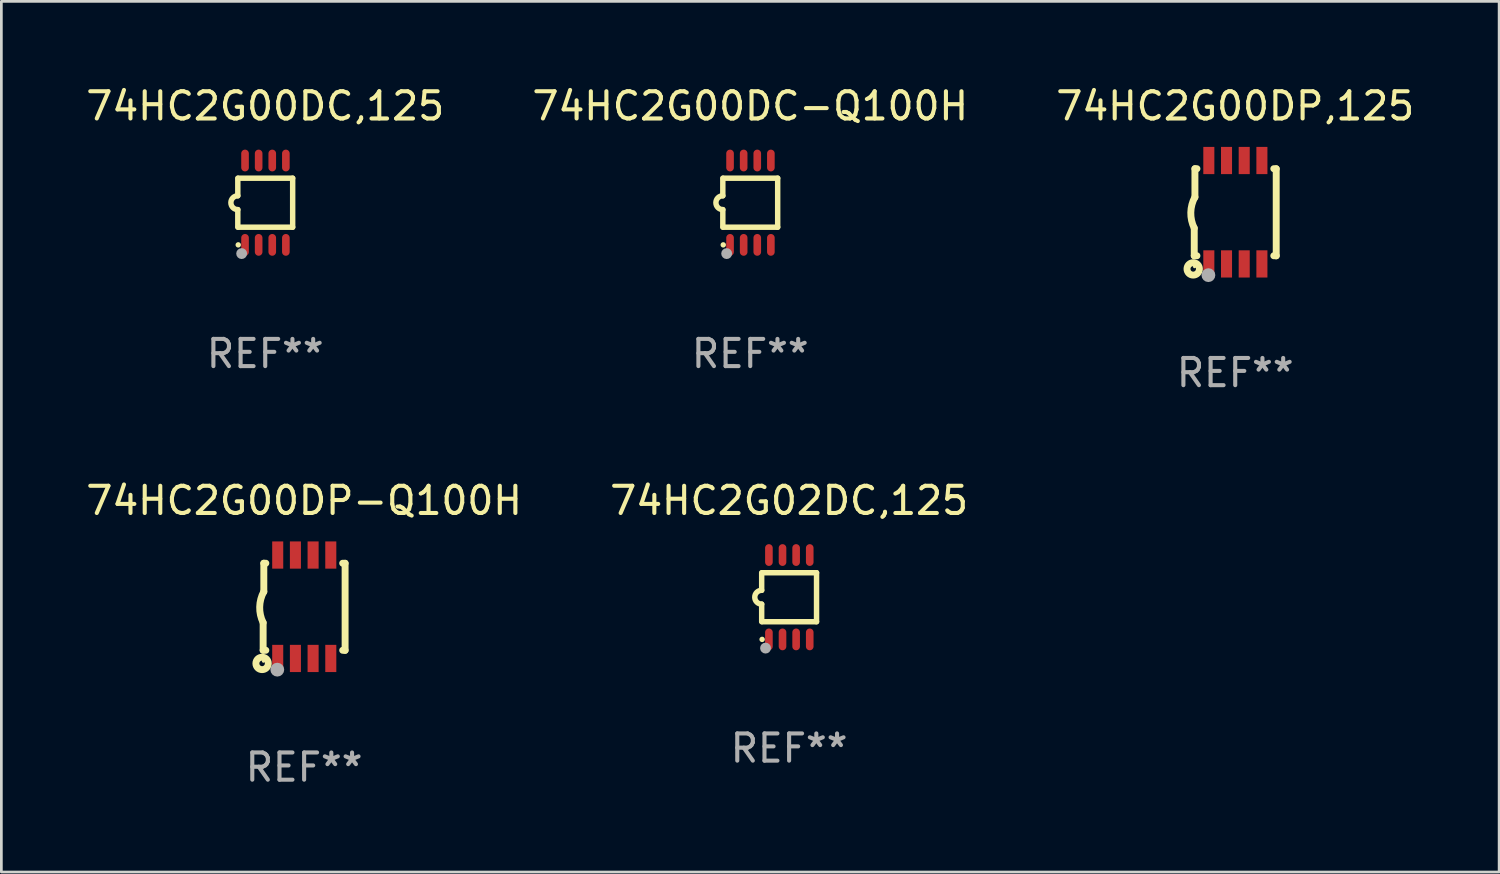
<source format=kicad_pcb>
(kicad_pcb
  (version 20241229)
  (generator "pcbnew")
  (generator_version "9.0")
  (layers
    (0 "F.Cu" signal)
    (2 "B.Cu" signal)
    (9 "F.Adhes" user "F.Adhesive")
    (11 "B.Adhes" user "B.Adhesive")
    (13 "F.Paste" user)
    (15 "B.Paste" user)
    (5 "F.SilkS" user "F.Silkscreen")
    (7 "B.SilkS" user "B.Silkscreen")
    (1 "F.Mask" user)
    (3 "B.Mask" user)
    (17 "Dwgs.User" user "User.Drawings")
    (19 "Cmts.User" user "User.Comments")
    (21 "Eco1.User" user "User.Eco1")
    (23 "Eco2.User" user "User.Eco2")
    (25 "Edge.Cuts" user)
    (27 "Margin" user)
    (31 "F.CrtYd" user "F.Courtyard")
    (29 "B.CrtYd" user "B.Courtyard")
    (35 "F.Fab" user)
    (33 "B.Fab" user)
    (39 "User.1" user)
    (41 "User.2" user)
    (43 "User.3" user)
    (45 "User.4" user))
  (footprint "74HC2G02DC,125"
    (layer "F.Cu")
    (at 25.946 18.895)
    (property "Reference" "74HC2G02DC,125" (at 0 -3.55 0) (layer "F.SilkS") (effects (font (size 1 1) (thickness 0.15))))
    (attr through_hole)
    (fp_line (start -1.008 -0.254) (end -1.008 -0.9) (stroke (width 0.2) (type solid)) (layer "F.SilkS"))
    (fp_line (start -1.008 0.254) (end -1.008 0.9) (stroke (width 0.2) (type solid)) (layer "F.SilkS"))
    (fp_line (start -0.992 0.9) (end 1.008 0.9) (stroke (width 0.2) (type solid)) (layer "F.SilkS"))
    (fp_line (start 1.008 -0.9) (end -0.992 -0.9) (stroke (width 0.2) (type solid)) (layer "F.SilkS"))
    (fp_line (start 1.008 0.9) (end 1.008 -0.9) (stroke (width 0.2) (type solid)) (layer "F.SilkS"))
    (fp_arc (start -1.008001 0.254001) (mid -1.262002 0) (end -1.008001 -0.254001) (stroke (width 0.2) (type solid)) (layer "F.SilkS"))
    (fp_circle (center -0.992 1.55) (end -0.942 1.55) (stroke (width 0.1) (type solid)) (fill no) (layer "F.SilkS"))
    (fp_circle (center -0.866 1.87) (end -0.766 1.87) (stroke (width 0.2) (type solid)) (fill no) (layer "F.Fab"))
    (fp_text user "REF**" (at 0 5.55 0) (layer "F.Fab") (effects (font (size 1 1) (thickness 0.15))))
    (pad "1" smd oval (at -0.742 1.55 270) (size 0.8 0.28) (layers "F.Cu" "F.Mask" "F.Paste"))
    (pad "2" smd oval (at -0.242 1.55 270) (size 0.8 0.28) (layers "F.Cu" "F.Mask" "F.Paste"))
    (pad "3" smd oval (at 0.258 1.55 270) (size 0.8 0.28) (layers "F.Cu" "F.Mask" "F.Paste"))
    (pad "4" smd oval (at 0.758 1.55 270) (size 0.8 0.28) (layers "F.Cu" "F.Mask" "F.Paste"))
    (pad "5" smd oval (at 0.758 -1.55 270) (size 0.8 0.28) (layers "F.Cu" "F.Mask" "F.Paste"))
    (pad "6" smd oval (at 0.258 -1.55 270) (size 0.8 0.28) (layers "F.Cu" "F.Mask" "F.Paste"))
    (pad "7" smd oval (at -0.242 -1.55 270) (size 0.8 0.28) (layers "F.Cu" "F.Mask" "F.Paste"))
    (pad "8" smd oval (at -0.742 -1.55 270) (size 0.8 0.28) (layers "F.Cu" "F.Mask" "F.Paste")))
  (footprint "74HC2G00DP,125"
    (layer "F.Cu")
    (at 42.339 4.748)
    (property "Reference" "74HC2G00DP,125" (at 0 -3.9 0) (layer "F.SilkS") (effects (font (size 1 1) (thickness 0.15))))
    (attr through_hole)
    (fp_line (start -1.506 1.6) (end -1.506 0.584) (stroke (width 0.254) (type solid)) (layer "F.SilkS"))
    (fp_line (start -1.506 1.6) (end -1.407 1.6) (stroke (width 0.254) (type solid)) (layer "F.SilkS"))
    (fp_line (start -1.481 -1.599) (end -1.481 -0.549) (stroke (width 0.254) (type solid)) (layer "F.SilkS"))
    (fp_line (start -1.481 -1.599) (end -1.407 -1.599) (stroke (width 0.254) (type solid)) (layer "F.SilkS"))
    (fp_line (start 1.417 -1.599) (end 1.506 -1.599) (stroke (width 0.254) (type solid)) (layer "F.SilkS"))
    (fp_line (start 1.417 1.6) (end 1.506 1.6) (stroke (width 0.254) (type solid)) (layer "F.SilkS"))
    (fp_line (start 1.506 1.603) (end 1.506 -1.595) (stroke (width 0.254) (type solid)) (layer "F.SilkS"))
    (fp_arc (start -1.506223 0.584328) (mid -1.632455 0.00974) (end -1.480823 -0.558674) (stroke (width 0.254001) (type solid)) (layer "F.SilkS"))
    (fp_circle (center -1.544 2.083) (end -1.443 2.083) (stroke (width 0.254) (type solid)) (fill no) (layer "F.SilkS"))
    (fp_circle (center -1.495 2) (end -1.465 2) (stroke (width 0.06) (type solid)) (fill no) (layer "F.SilkS"))
    (fp_circle (center -0.986 2.312) (end -0.859 2.312) (stroke (width 0.254) (type solid)) (fill no) (layer "F.Fab"))
    (fp_text user "REF**" (at 0 5.9 0) (layer "F.Fab") (effects (font (size 1 1) (thickness 0.15))))
    (pad "1" smd rect (at -0.97 1.9 90) (size 1 0.406) (layers "F.Cu" "F.Mask" "F.Paste"))
    (pad "2" smd rect (at -0.32 1.9 90) (size 1 0.406) (layers "F.Cu" "F.Mask" "F.Paste"))
    (pad "3" smd rect (at 0.33 1.9 90) (size 1 0.406) (layers "F.Cu" "F.Mask" "F.Paste"))
    (pad "4" smd rect (at 0.98 1.9 90) (size 1 0.406) (layers "F.Cu" "F.Mask" "F.Paste"))
    (pad "5" smd rect (at 0.98 -1.9 90) (size 1 0.406) (layers "F.Cu" "F.Mask" "F.Paste"))
    (pad "6" smd rect (at 0.33 -1.9 90) (size 1 0.406) (layers "F.Cu" "F.Mask" "F.Paste"))
    (pad "7" smd rect (at -0.32 -1.9 90) (size 1 0.406) (layers "F.Cu" "F.Mask" "F.Paste"))
    (pad "8" smd rect (at -0.97 -1.9 90) (size 1 0.406) (layers "F.Cu" "F.Mask" "F.Paste")))
  (footprint "74HC2G00DP-Q100H"
    (layer "F.Cu")
    (at 8.125 19.245)
    (property "Reference" "74HC2G00DP-Q100H" (at 0 -3.9 0) (layer "F.SilkS") (effects (font (size 1 1) (thickness 0.15))))
    (attr through_hole)
    (fp_line (start -1.506 1.6) (end -1.506 0.584) (stroke (width 0.254) (type solid)) (layer "F.SilkS"))
    (fp_line (start -1.506 1.6) (end -1.407 1.6) (stroke (width 0.254) (type solid)) (layer "F.SilkS"))
    (fp_line (start -1.481 -1.599) (end -1.481 -0.549) (stroke (width 0.254) (type solid)) (layer "F.SilkS"))
    (fp_line (start -1.481 -1.599) (end -1.407 -1.599) (stroke (width 0.254) (type solid)) (layer "F.SilkS"))
    (fp_line (start 1.417 -1.599) (end 1.506 -1.599) (stroke (width 0.254) (type solid)) (layer "F.SilkS"))
    (fp_line (start 1.417 1.6) (end 1.506 1.6) (stroke (width 0.254) (type solid)) (layer "F.SilkS"))
    (fp_line (start 1.506 1.603) (end 1.506 -1.595) (stroke (width 0.254) (type solid)) (layer "F.SilkS"))
    (fp_arc (start -1.506223 0.584328) (mid -1.632455 0.00974) (end -1.480823 -0.558674) (stroke (width 0.254001) (type solid)) (layer "F.SilkS"))
    (fp_circle (center -1.544 2.083) (end -1.443 2.083) (stroke (width 0.254) (type solid)) (fill no) (layer "F.SilkS"))
    (fp_circle (center -1.495 2) (end -1.465 2) (stroke (width 0.06) (type solid)) (fill no) (layer "F.SilkS"))
    (fp_circle (center -0.986 2.312) (end -0.859 2.312) (stroke (width 0.254) (type solid)) (fill no) (layer "F.Fab"))
    (fp_text user "REF**" (at 0 5.9 0) (layer "F.Fab") (effects (font (size 1 1) (thickness 0.15))))
    (pad "1" smd rect (at -0.97 1.9 90) (size 1 0.406) (layers "F.Cu" "F.Mask" "F.Paste"))
    (pad "2" smd rect (at -0.32 1.9 90) (size 1 0.406) (layers "F.Cu" "F.Mask" "F.Paste"))
    (pad "3" smd rect (at 0.33 1.9 90) (size 1 0.406) (layers "F.Cu" "F.Mask" "F.Paste"))
    (pad "4" smd rect (at 0.98 1.9 90) (size 1 0.406) (layers "F.Cu" "F.Mask" "F.Paste"))
    (pad "5" smd rect (at 0.98 -1.9 90) (size 1 0.406) (layers "F.Cu" "F.Mask" "F.Paste"))
    (pad "6" smd rect (at 0.33 -1.9 90) (size 1 0.406) (layers "F.Cu" "F.Mask" "F.Paste"))
    (pad "7" smd rect (at -0.32 -1.9 90) (size 1 0.406) (layers "F.Cu" "F.Mask" "F.Paste"))
    (pad "8" smd rect (at -0.97 -1.9 90) (size 1 0.406) (layers "F.Cu" "F.Mask" "F.Paste")))
  (footprint "74HC2G00DC,125"
    (layer "F.Cu")
    (at 6.696 4.398)
    (property "Reference" "74HC2G00DC,125" (at 0 -3.55 0) (layer "F.SilkS") (effects (font (size 1 1) (thickness 0.15))))
    (attr through_hole)
    (fp_line (start -1.008 -0.254) (end -1.008 -0.9) (stroke (width 0.2) (type solid)) (layer "F.SilkS"))
    (fp_line (start -1.008 0.254) (end -1.008 0.9) (stroke (width 0.2) (type solid)) (layer "F.SilkS"))
    (fp_line (start -0.992 0.9) (end 1.008 0.9) (stroke (width 0.2) (type solid)) (layer "F.SilkS"))
    (fp_line (start 1.008 -0.9) (end -0.992 -0.9) (stroke (width 0.2) (type solid)) (layer "F.SilkS"))
    (fp_line (start 1.008 0.9) (end 1.008 -0.9) (stroke (width 0.2) (type solid)) (layer "F.SilkS"))
    (fp_arc (start -1.008001 0.254001) (mid -1.262002 0) (end -1.008001 -0.254001) (stroke (width 0.2) (type solid)) (layer "F.SilkS"))
    (fp_circle (center -0.992 1.55) (end -0.942 1.55) (stroke (width 0.1) (type solid)) (fill no) (layer "F.SilkS"))
    (fp_circle (center -0.866 1.87) (end -0.766 1.87) (stroke (width 0.2) (type solid)) (fill no) (layer "F.Fab"))
    (fp_text user "REF**" (at 0 5.55 0) (layer "F.Fab") (effects (font (size 1 1) (thickness 0.15))))
    (pad "1" smd oval (at -0.742 1.55 270) (size 0.8 0.28) (layers "F.Cu" "F.Mask" "F.Paste"))
    (pad "2" smd oval (at -0.242 1.55 270) (size 0.8 0.28) (layers "F.Cu" "F.Mask" "F.Paste"))
    (pad "3" smd oval (at 0.258 1.55 270) (size 0.8 0.28) (layers "F.Cu" "F.Mask" "F.Paste"))
    (pad "4" smd oval (at 0.758 1.55 270) (size 0.8 0.28) (layers "F.Cu" "F.Mask" "F.Paste"))
    (pad "5" smd oval (at 0.758 -1.55 270) (size 0.8 0.28) (layers "F.Cu" "F.Mask" "F.Paste"))
    (pad "6" smd oval (at 0.258 -1.55 270) (size 0.8 0.28) (layers "F.Cu" "F.Mask" "F.Paste"))
    (pad "7" smd oval (at -0.242 -1.55 270) (size 0.8 0.28) (layers "F.Cu" "F.Mask" "F.Paste"))
    (pad "8" smd oval (at -0.742 -1.55 270) (size 0.8 0.28) (layers "F.Cu" "F.Mask" "F.Paste")))
  (footprint "74HC2G00DC-Q100H"
    (layer "F.Cu")
    (at 24.518 4.398)
    (property "Reference" "74HC2G00DC-Q100H" (at 0 -3.55 0) (layer "F.SilkS") (effects (font (size 1 1) (thickness 0.15))))
    (attr through_hole)
    (fp_line (start -1.008 -0.254) (end -1.008 -0.9) (stroke (width 0.2) (type solid)) (layer "F.SilkS"))
    (fp_line (start -1.008 0.254) (end -1.008 0.9) (stroke (width 0.2) (type solid)) (layer "F.SilkS"))
    (fp_line (start -0.992 0.9) (end 1.008 0.9) (stroke (width 0.2) (type solid)) (layer "F.SilkS"))
    (fp_line (start 1.008 -0.9) (end -0.992 -0.9) (stroke (width 0.2) (type solid)) (layer "F.SilkS"))
    (fp_line (start 1.008 0.9) (end 1.008 -0.9) (stroke (width 0.2) (type solid)) (layer "F.SilkS"))
    (fp_arc (start -1.008001 0.254001) (mid -1.262002 0) (end -1.008001 -0.254001) (stroke (width 0.2) (type solid)) (layer "F.SilkS"))
    (fp_circle (center -0.992 1.55) (end -0.942 1.55) (stroke (width 0.1) (type solid)) (fill no) (layer "F.SilkS"))
    (fp_circle (center -0.866 1.87) (end -0.766 1.87) (stroke (width 0.2) (type solid)) (fill no) (layer "F.Fab"))
    (fp_text user "REF**" (at 0 5.55 0) (layer "F.Fab") (effects (font (size 1 1) (thickness 0.15))))
    (pad "1" smd oval (at -0.742 1.55 270) (size 0.8 0.28) (layers "F.Cu" "F.Mask" "F.Paste"))
    (pad "2" smd oval (at -0.242 1.55 270) (size 0.8 0.28) (layers "F.Cu" "F.Mask" "F.Paste"))
    (pad "3" smd oval (at 0.258 1.55 270) (size 0.8 0.28) (layers "F.Cu" "F.Mask" "F.Paste"))
    (pad "4" smd oval (at 0.758 1.55 270) (size 0.8 0.28) (layers "F.Cu" "F.Mask" "F.Paste"))
    (pad "5" smd oval (at 0.758 -1.55 270) (size 0.8 0.28) (layers "F.Cu" "F.Mask" "F.Paste"))
    (pad "6" smd oval (at 0.258 -1.55 270) (size 0.8 0.28) (layers "F.Cu" "F.Mask" "F.Paste"))
    (pad "7" smd oval (at -0.242 -1.55 270) (size 0.8 0.28) (layers "F.Cu" "F.Mask" "F.Paste"))
    (pad "8" smd oval (at -0.742 -1.55 270) (size 0.8 0.28) (layers "F.Cu" "F.Mask" "F.Paste")))
  (gr_rect
    (start -3 -3)
    (end 52.036 28.993)
    (stroke (width 0.1) (type default))
    (fill no)
    (layer "Edge.Cuts")))
</source>
